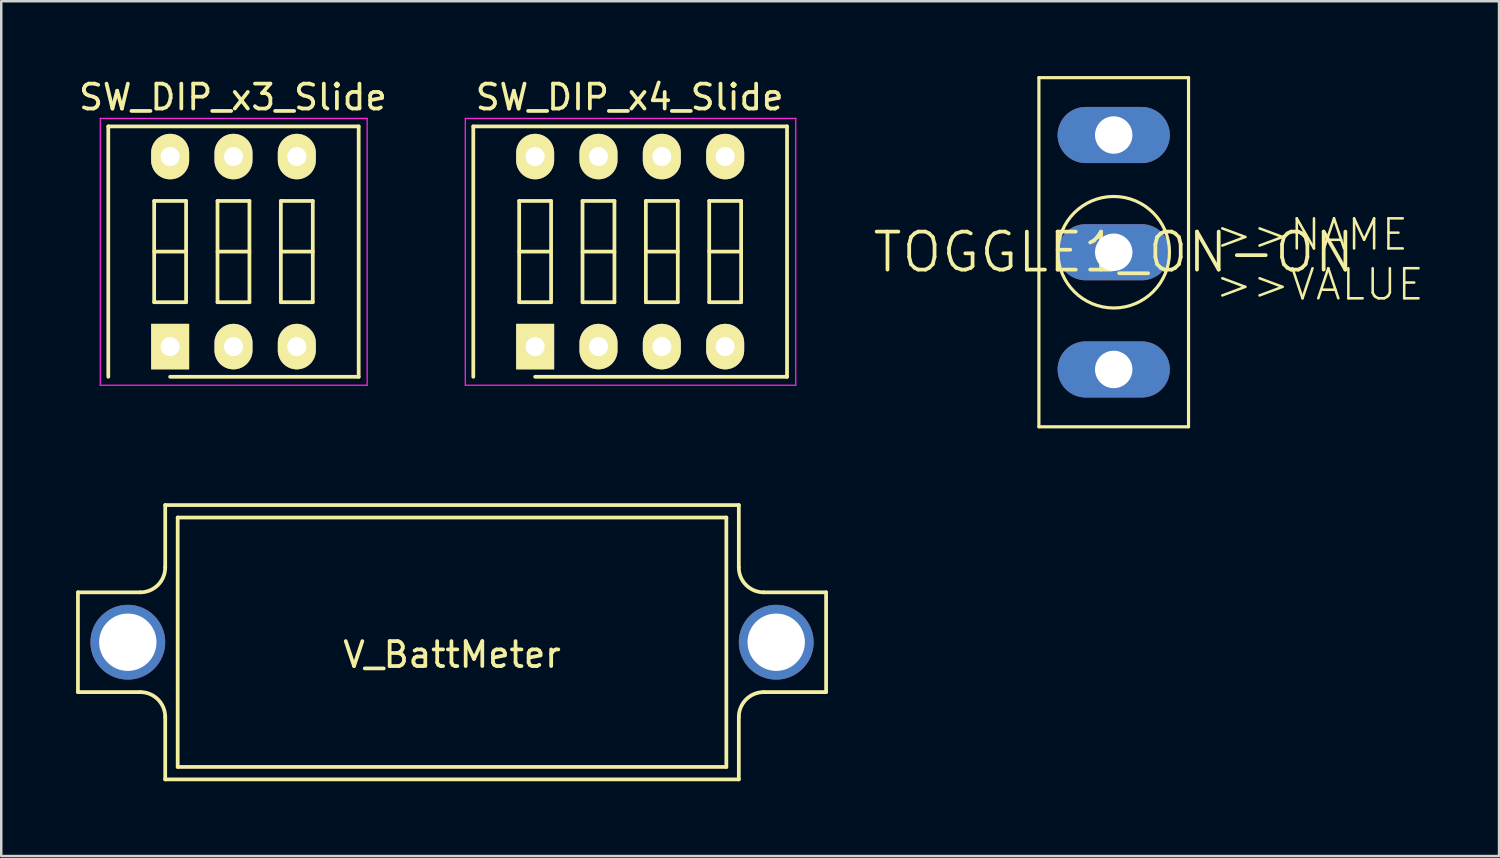
<source format=kicad_pcb>
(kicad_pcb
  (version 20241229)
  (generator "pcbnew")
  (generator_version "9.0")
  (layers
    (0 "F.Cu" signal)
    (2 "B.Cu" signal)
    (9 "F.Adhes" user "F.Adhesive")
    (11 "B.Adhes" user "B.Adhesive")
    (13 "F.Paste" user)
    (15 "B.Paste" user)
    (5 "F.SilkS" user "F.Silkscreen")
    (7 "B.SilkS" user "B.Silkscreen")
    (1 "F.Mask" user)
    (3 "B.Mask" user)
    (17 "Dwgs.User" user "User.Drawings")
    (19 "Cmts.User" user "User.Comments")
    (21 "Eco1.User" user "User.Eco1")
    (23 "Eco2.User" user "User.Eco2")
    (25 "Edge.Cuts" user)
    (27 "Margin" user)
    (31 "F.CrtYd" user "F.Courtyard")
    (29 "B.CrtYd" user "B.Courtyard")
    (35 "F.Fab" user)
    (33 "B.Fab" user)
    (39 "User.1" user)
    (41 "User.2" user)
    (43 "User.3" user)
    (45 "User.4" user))
  (footprint "SW_DIP_x4_Slide"
    (layer "F.Cu")
    (at 18.408 10.848)
    (property "Reference" "SW_DIP_x4_Slide" (at 3.79 -10 0) (layer "F.SilkS") (effects (font (size 1 1) (thickness 0.15))))
    (attr through_hole)
    (fp_line (start -2.48 -8.83) (end 10.1 -8.83) (stroke (width 0.15) (type solid)) (layer "F.SilkS"))
    (fp_line (start -2.48 1.21) (end -2.48 -8.83) (stroke (width 0.15) (type solid)) (layer "F.SilkS"))
    (fp_line (start -0.64 -5.84) (end -0.64 -1.78) (stroke (width 0.15) (type solid)) (layer "F.SilkS"))
    (fp_line (start -0.64 -3.81) (end 0.64 -3.81) (stroke (width 0.15) (type solid)) (layer "F.SilkS"))
    (fp_line (start -0.64 -1.78) (end 0.64 -1.78) (stroke (width 0.15) (type solid)) (layer "F.SilkS"))
    (fp_line (start 0.64 -5.84) (end -0.64 -5.84) (stroke (width 0.15) (type solid)) (layer "F.SilkS"))
    (fp_line (start 0.64 -1.78) (end 0.64 -5.84) (stroke (width 0.15) (type solid)) (layer "F.SilkS"))
    (fp_line (start 1.9 -5.84) (end 1.9 -1.78) (stroke (width 0.15) (type solid)) (layer "F.SilkS"))
    (fp_line (start 1.9 -3.81) (end 3.18 -3.81) (stroke (width 0.15) (type solid)) (layer "F.SilkS"))
    (fp_line (start 1.9 -1.78) (end 3.18 -1.78) (stroke (width 0.15) (type solid)) (layer "F.SilkS"))
    (fp_line (start 3.18 -5.84) (end 1.9 -5.84) (stroke (width 0.15) (type solid)) (layer "F.SilkS"))
    (fp_line (start 3.18 -1.78) (end 3.18 -5.84) (stroke (width 0.15) (type solid)) (layer "F.SilkS"))
    (fp_line (start 4.44 -5.84) (end 4.44 -1.78) (stroke (width 0.15) (type solid)) (layer "F.SilkS"))
    (fp_line (start 4.44 -3.81) (end 5.72 -3.81) (stroke (width 0.15) (type solid)) (layer "F.SilkS"))
    (fp_line (start 4.44 -1.78) (end 5.72 -1.78) (stroke (width 0.15) (type solid)) (layer "F.SilkS"))
    (fp_line (start 5.72 -5.84) (end 4.44 -5.84) (stroke (width 0.15) (type solid)) (layer "F.SilkS"))
    (fp_line (start 5.72 -1.78) (end 5.72 -5.84) (stroke (width 0.15) (type solid)) (layer "F.SilkS"))
    (fp_line (start 6.98 -5.84) (end 6.98 -1.78) (stroke (width 0.15) (type solid)) (layer "F.SilkS"))
    (fp_line (start 6.98 -3.81) (end 8.26 -3.81) (stroke (width 0.15) (type solid)) (layer "F.SilkS"))
    (fp_line (start 6.98 -1.78) (end 8.26 -1.78) (stroke (width 0.15) (type solid)) (layer "F.SilkS"))
    (fp_line (start 8.26 -5.84) (end 6.98 -5.84) (stroke (width 0.15) (type solid)) (layer "F.SilkS"))
    (fp_line (start 8.26 -1.78) (end 8.26 -5.84) (stroke (width 0.15) (type solid)) (layer "F.SilkS"))
    (fp_line (start 10.1 -8.83) (end 10.1 1.21) (stroke (width 0.15) (type solid)) (layer "F.SilkS"))
    (fp_line (start 10.1 1.21) (end 0 1.21) (stroke (width 0.15) (type solid)) (layer "F.SilkS"))
    (fp_line (start -2.8 -9.15) (end -2.8 1.55) (stroke (width 0.05) (type solid)) (layer "F.CrtYd"))
    (fp_line (start -2.8 1.55) (end 10.45 1.55) (stroke (width 0.05) (type solid)) (layer "F.CrtYd"))
    (fp_line (start 10.45 -9.15) (end -2.8 -9.15) (stroke (width 0.05) (type solid)) (layer "F.CrtYd"))
    (fp_line (start 10.45 1.55) (end 10.45 -9.15) (stroke (width 0.05) (type solid)) (layer "F.CrtYd"))
    (pad "1" thru_hole rect (at 0 0) (size 1.524 1.824) (drill 0.762) (layers "*.Cu" "*.Mask" "F.SilkS"))
    (pad "2" thru_hole oval (at 2.54 0) (size 1.524 1.824) (drill 0.762) (layers "*.Cu" "*.Mask" "F.SilkS"))
    (pad "3" thru_hole oval (at 5.08 0) (size 1.524 1.824) (drill 0.762) (layers "*.Cu" "*.Mask" "F.SilkS"))
    (pad "4" thru_hole oval (at 7.62 0) (size 1.524 1.824) (drill 0.762) (layers "*.Cu" "*.Mask" "F.SilkS"))
    (pad "5" thru_hole oval (at 7.62 -7.62) (size 1.524 1.824) (drill 0.762) (layers "*.Cu" "*.Mask" "F.SilkS"))
    (pad "6" thru_hole oval (at 5.08 -7.62) (size 1.524 1.824) (drill 0.762) (layers "*.Cu" "*.Mask" "F.SilkS"))
    (pad "7" thru_hole oval (at 2.54 -7.62) (size 1.524 1.824) (drill 0.762) (layers "*.Cu" "*.Mask" "F.SilkS"))
    (pad "8" thru_hole oval (at 0 -7.62) (size 1.524 1.824) (drill 0.762) (layers "*.Cu" "*.Mask" "F.SilkS")))
  (footprint "SW_DIP_x3_Slide"
    (layer "F.Cu")
    (at 3.772 10.848)
    (property "Reference" "SW_DIP_x3_Slide" (at 2.52 -10 0) (layer "F.SilkS") (effects (font (size 1 1) (thickness 0.15))))
    (attr through_hole)
    (fp_line (start -2.48 -8.83) (end 7.56 -8.83) (stroke (width 0.15) (type solid)) (layer "F.SilkS"))
    (fp_line (start -2.48 1.21) (end -2.48 -8.83) (stroke (width 0.15) (type solid)) (layer "F.SilkS"))
    (fp_line (start -0.64 -5.84) (end -0.64 -1.78) (stroke (width 0.15) (type solid)) (layer "F.SilkS"))
    (fp_line (start -0.64 -3.81) (end 0.64 -3.81) (stroke (width 0.15) (type solid)) (layer "F.SilkS"))
    (fp_line (start -0.64 -1.78) (end 0.64 -1.78) (stroke (width 0.15) (type solid)) (layer "F.SilkS"))
    (fp_line (start 0.64 -5.84) (end -0.64 -5.84) (stroke (width 0.15) (type solid)) (layer "F.SilkS"))
    (fp_line (start 0.64 -1.78) (end 0.64 -5.84) (stroke (width 0.15) (type solid)) (layer "F.SilkS"))
    (fp_line (start 1.9 -5.84) (end 1.9 -1.78) (stroke (width 0.15) (type solid)) (layer "F.SilkS"))
    (fp_line (start 1.9 -3.81) (end 3.18 -3.81) (stroke (width 0.15) (type solid)) (layer "F.SilkS"))
    (fp_line (start 1.9 -1.78) (end 3.18 -1.78) (stroke (width 0.15) (type solid)) (layer "F.SilkS"))
    (fp_line (start 3.18 -5.84) (end 1.9 -5.84) (stroke (width 0.15) (type solid)) (layer "F.SilkS"))
    (fp_line (start 3.18 -1.78) (end 3.18 -5.84) (stroke (width 0.15) (type solid)) (layer "F.SilkS"))
    (fp_line (start 4.44 -5.84) (end 4.44 -1.78) (stroke (width 0.15) (type solid)) (layer "F.SilkS"))
    (fp_line (start 4.44 -3.81) (end 5.72 -3.81) (stroke (width 0.15) (type solid)) (layer "F.SilkS"))
    (fp_line (start 4.44 -1.78) (end 5.72 -1.78) (stroke (width 0.15) (type solid)) (layer "F.SilkS"))
    (fp_line (start 5.72 -5.84) (end 4.44 -5.84) (stroke (width 0.15) (type solid)) (layer "F.SilkS"))
    (fp_line (start 5.72 -1.78) (end 5.72 -5.84) (stroke (width 0.15) (type solid)) (layer "F.SilkS"))
    (fp_line (start 7.56 -8.83) (end 7.56 1.21) (stroke (width 0.15) (type solid)) (layer "F.SilkS"))
    (fp_line (start 7.56 1.21) (end 0 1.21) (stroke (width 0.15) (type solid)) (layer "F.SilkS"))
    (fp_line (start -2.8 -9.15) (end -2.8 1.55) (stroke (width 0.05) (type solid)) (layer "F.CrtYd"))
    (fp_line (start -2.8 1.55) (end 7.9 1.55) (stroke (width 0.05) (type solid)) (layer "F.CrtYd"))
    (fp_line (start 7.9 -9.15) (end -2.8 -9.15) (stroke (width 0.05) (type solid)) (layer "F.CrtYd"))
    (fp_line (start 7.9 1.55) (end 7.9 -9.15) (stroke (width 0.05) (type solid)) (layer "F.CrtYd"))
    (pad "1" thru_hole rect (at 0 0) (size 1.524 1.824) (drill 0.762) (layers "*.Cu" "*.Mask" "F.SilkS"))
    (pad "2" thru_hole oval (at 2.54 0) (size 1.524 1.824) (drill 0.762) (layers "*.Cu" "*.Mask" "F.SilkS"))
    (pad "3" thru_hole oval (at 5.08 0) (size 1.524 1.824) (drill 0.762) (layers "*.Cu" "*.Mask" "F.SilkS"))
    (pad "4" thru_hole oval (at 5.08 -7.62) (size 1.524 1.824) (drill 0.762) (layers "*.Cu" "*.Mask" "F.SilkS"))
    (pad "5" thru_hole oval (at 2.54 -7.62) (size 1.524 1.824) (drill 0.762) (layers "*.Cu" "*.Mask" "F.SilkS"))
    (pad "6" thru_hole oval (at 0 -7.62) (size 1.524 1.824) (drill 0.762) (layers "*.Cu" "*.Mask" "F.SilkS")))
  (footprint "V_BattMeter"
    (layer "F.Cu")
    (at 15.075 22.702)
    (property "Reference" "V_BattMeter" (at 0 0.5 0) (layer "F.SilkS") (effects (font (size 1 1) (thickness 0.15))))
    (attr through_hole)
    (fp_line (start -15 -2) (end -15 2) (stroke (width 0.15) (type solid)) (layer "F.SilkS"))
    (fp_line (start -15 -2) (end -12.5 -2) (stroke (width 0.15) (type solid)) (layer "F.SilkS"))
    (fp_line (start -12.5 2) (end -15 2) (stroke (width 0.15) (type solid)) (layer "F.SilkS"))
    (fp_line (start -11.5 -5.5) (end 11.5 -5.5) (stroke (width 0.15) (type solid)) (layer "F.SilkS"))
    (fp_line (start -11.5 -3) (end -11.5 -5.5) (stroke (width 0.15) (type solid)) (layer "F.SilkS"))
    (fp_line (start -11.5 3) (end -11.5 5.5) (stroke (width 0.15) (type solid)) (layer "F.SilkS"))
    (fp_line (start -11 -5) (end -11 5) (stroke (width 0.15) (type solid)) (layer "F.SilkS"))
    (fp_line (start -11 5) (end 11 5) (stroke (width 0.15) (type solid)) (layer "F.SilkS"))
    (fp_line (start 11 -5) (end -11 -5) (stroke (width 0.15) (type solid)) (layer "F.SilkS"))
    (fp_line (start 11 5) (end 11 -5) (stroke (width 0.15) (type solid)) (layer "F.SilkS"))
    (fp_line (start 11.5 -3) (end 11.5 -5.5) (stroke (width 0.15) (type solid)) (layer "F.SilkS"))
    (fp_line (start 11.5 3) (end 11.5 5.5) (stroke (width 0.15) (type solid)) (layer "F.SilkS"))
    (fp_line (start 11.5 5.5) (end -11.5 5.5) (stroke (width 0.15) (type solid)) (layer "F.SilkS"))
    (fp_line (start 12.5 -2) (end 15 -2) (stroke (width 0.15) (type solid)) (layer "F.SilkS"))
    (fp_line (start 15 -2) (end 15 2) (stroke (width 0.15) (type solid)) (layer "F.SilkS"))
    (fp_line (start 15 2) (end 12.5 2) (stroke (width 0.15) (type solid)) (layer "F.SilkS"))
    (fp_arc (start -12.5 2) (mid -11.792893 2.292893) (end -11.5 3) (stroke (width 0.15) (type solid)) (layer "F.SilkS"))
    (fp_arc (start -11.5 -3) (mid -11.792893 -2.292893) (end -12.5 -2) (stroke (width 0.15) (type solid)) (layer "F.SilkS"))
    (fp_arc (start 11.5 3) (mid 11.792893 2.292893) (end 12.5 2) (stroke (width 0.15) (type solid)) (layer "F.SilkS"))
    (fp_arc (start 12.5 -2) (mid 11.792893 -2.292893) (end 11.5 -3) (stroke (width 0.15) (type solid)) (layer "F.SilkS"))
    (pad "1" thru_hole circle (at -13 0) (size 3 3) (drill 2.3) (layers "*.Cu" "*.Mask"))
    (pad "2" thru_hole circle (at 13 0) (size 3 3) (drill 2.3) (layers "*.Cu" "*.Mask")))
  (footprint "TOGGLE1_ON-ON"
    (layer "F.Cu")
    (at 41.608 7.064)
    (property "Reference" "TOGGLE1_ON-ON" (at 0 0 0) (layer "F.SilkS") (effects (font (size 1.524 1.524) (thickness 0.15))))
    (attr through_hole)
    (fp_line (start -3 -7) (end -3 7) (stroke (width 0.127) (type solid)) (layer "F.SilkS"))
    (fp_line (start -3 7) (end 3 7) (stroke (width 0.127) (type solid)) (layer "F.SilkS"))
    (fp_line (start 3 -7) (end -3 -7) (stroke (width 0.127) (type solid)) (layer "F.SilkS"))
    (fp_line (start 3 7) (end 3 -7) (stroke (width 0.127) (type solid)) (layer "F.SilkS"))
    (fp_circle (center 0 0) (end 2.236 0) (stroke (width 0.127) (type solid)) (fill no) (layer "F.SilkS"))
    (fp_text user ">>NAME" (at 4 0 0) (layer "F.SilkS") (effects (font (size 1.206 1.206) (thickness 0.102)) (justify left bottom)))
    (fp_text user ">>VALUE" (at 4 2 0) (layer "F.SilkS") (effects (font (size 1.206 1.206) (thickness 0.102)) (justify left bottom)))
    (pad "BOTT" thru_hole oval (at 0 4.7) (size 4.5 2.25) (drill 1.5) (layers "*.Cu" "*.Mask"))
    (pad "CENT" thru_hole oval (at 0 0) (size 4.5 2.25) (drill 1.5) (layers "*.Cu" "*.Mask"))
    (pad "TOP" thru_hole oval (at 0 -4.7) (size 4.5 2.25) (drill 1.5) (layers "*.Cu" "*.Mask")))
  (gr_rect
    (start -3 -3)
    (end 57.059 31.277)
    (stroke (width 0.1) (type default))
    (fill no)
    (layer "Edge.Cuts")))
</source>
